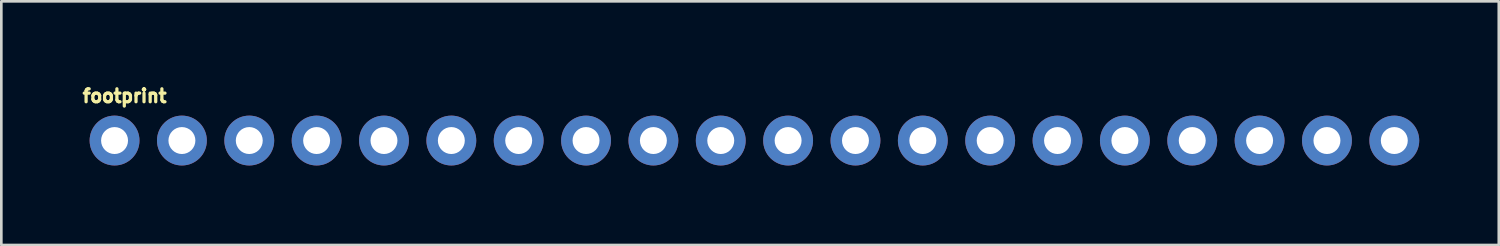
<source format=kicad_pcb>
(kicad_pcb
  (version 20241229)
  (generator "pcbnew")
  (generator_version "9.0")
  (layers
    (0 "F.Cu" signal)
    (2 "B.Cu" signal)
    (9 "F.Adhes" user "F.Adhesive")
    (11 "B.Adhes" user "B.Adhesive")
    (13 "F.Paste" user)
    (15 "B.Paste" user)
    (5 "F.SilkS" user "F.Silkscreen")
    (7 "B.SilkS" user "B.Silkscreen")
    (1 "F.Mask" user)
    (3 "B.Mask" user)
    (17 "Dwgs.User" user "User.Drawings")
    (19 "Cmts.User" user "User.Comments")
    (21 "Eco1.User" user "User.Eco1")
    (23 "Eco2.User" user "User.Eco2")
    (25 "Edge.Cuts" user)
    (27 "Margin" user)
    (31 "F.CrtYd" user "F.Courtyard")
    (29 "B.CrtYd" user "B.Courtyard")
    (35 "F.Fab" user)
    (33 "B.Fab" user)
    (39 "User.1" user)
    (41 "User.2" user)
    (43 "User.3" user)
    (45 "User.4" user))
  (footprint "footprint"
    (layer "F.Cu")
    (at 1.27 2.25)
    (property "Reference" "footprint" (at -1.27 -1.397 0) (layer "F.SilkS") (effects (font (size 0.488 0.488) (thickness 0.122)) (justify left bottom)))
    (fp_circle (center 0 0) (end 0.254 0) (stroke (width 0.508) (type solid)) (fill yes) (layer "F.Mask"))
    (fp_circle (center 2.54 0) (end 2.794 0) (stroke (width 0.508) (type solid)) (fill yes) (layer "F.Mask"))
    (fp_circle (center 5.08 0) (end 5.334 0) (stroke (width 0.508) (type solid)) (fill yes) (layer "F.Mask"))
    (fp_circle (center 7.62 0) (end 7.874 0) (stroke (width 0.508) (type solid)) (fill yes) (layer "F.Mask"))
    (fp_circle (center 10.16 0) (end 10.414 0) (stroke (width 0.508) (type solid)) (fill yes) (layer "F.Mask"))
    (fp_circle (center 12.7 0) (end 12.954 0) (stroke (width 0.508) (type solid)) (fill yes) (layer "F.Mask"))
    (fp_circle (center 15.24 0) (end 15.494 0) (stroke (width 0.508) (type solid)) (fill yes) (layer "F.Mask"))
    (fp_circle (center 17.78 0) (end 18.034 0) (stroke (width 0.508) (type solid)) (fill yes) (layer "F.Mask"))
    (fp_circle (center 20.32 0) (end 20.574 0) (stroke (width 0.508) (type solid)) (fill yes) (layer "F.Mask"))
    (fp_circle (center 22.86 0) (end 23.114 0) (stroke (width 0.508) (type solid)) (fill yes) (layer "F.Mask"))
    (fp_circle (center 25.4 0) (end 25.654 0) (stroke (width 0.508) (type solid)) (fill yes) (layer "F.Mask"))
    (fp_circle (center 27.94 0) (end 28.194 0) (stroke (width 0.508) (type solid)) (fill yes) (layer "F.Mask"))
    (fp_circle (center 30.48 0) (end 30.734 0) (stroke (width 0.508) (type solid)) (fill yes) (layer "F.Mask"))
    (fp_circle (center 33.02 0) (end 33.274 0) (stroke (width 0.508) (type solid)) (fill yes) (layer "F.Mask"))
    (fp_circle (center 35.56 0) (end 35.814 0) (stroke (width 0.508) (type solid)) (fill yes) (layer "F.Mask"))
    (fp_circle (center 38.1 0) (end 38.354 0) (stroke (width 0.508) (type solid)) (fill yes) (layer "F.Mask"))
    (fp_circle (center 40.64 0) (end 40.894 0) (stroke (width 0.508) (type solid)) (fill yes) (layer "F.Mask"))
    (fp_circle (center 43.18 0) (end 43.434 0) (stroke (width 0.508) (type solid)) (fill yes) (layer "F.Mask"))
    (fp_circle (center 45.72 0) (end 45.974 0) (stroke (width 0.508) (type solid)) (fill yes) (layer "F.Mask"))
    (fp_circle (center 48.26 0) (end 48.514 0) (stroke (width 0.508) (type solid)) (fill yes) (layer "F.Mask"))
    (fp_circle (center 0 0) (end 0.47 0) (stroke (width 0.94) (type solid)) (fill yes) (layer "B.Mask"))
    (fp_circle (center 2.54 0) (end 3.01 0) (stroke (width 0.94) (type solid)) (fill yes) (layer "B.Mask"))
    (fp_circle (center 5.08 0) (end 5.55 0) (stroke (width 0.94) (type solid)) (fill yes) (layer "B.Mask"))
    (fp_circle (center 7.62 0) (end 8.09 0) (stroke (width 0.94) (type solid)) (fill yes) (layer "B.Mask"))
    (fp_circle (center 10.16 0) (end 10.63 0) (stroke (width 0.94) (type solid)) (fill yes) (layer "B.Mask"))
    (fp_circle (center 12.7 0) (end 13.17 0) (stroke (width 0.94) (type solid)) (fill yes) (layer "B.Mask"))
    (fp_circle (center 15.24 0) (end 15.71 0) (stroke (width 0.94) (type solid)) (fill yes) (layer "B.Mask"))
    (fp_circle (center 17.78 0) (end 18.25 0) (stroke (width 0.94) (type solid)) (fill yes) (layer "B.Mask"))
    (fp_circle (center 20.32 0) (end 20.79 0) (stroke (width 0.94) (type solid)) (fill yes) (layer "B.Mask"))
    (fp_circle (center 22.86 0) (end 23.33 0) (stroke (width 0.94) (type solid)) (fill yes) (layer "B.Mask"))
    (fp_circle (center 25.4 0) (end 25.87 0) (stroke (width 0.94) (type solid)) (fill yes) (layer "B.Mask"))
    (fp_circle (center 27.94 0) (end 28.41 0) (stroke (width 0.94) (type solid)) (fill yes) (layer "B.Mask"))
    (fp_circle (center 30.48 0) (end 30.95 0) (stroke (width 0.94) (type solid)) (fill yes) (layer "B.Mask"))
    (fp_circle (center 33.02 0) (end 33.49 0) (stroke (width 0.94) (type solid)) (fill yes) (layer "B.Mask"))
    (fp_circle (center 35.56 0) (end 36.03 0) (stroke (width 0.94) (type solid)) (fill yes) (layer "B.Mask"))
    (fp_circle (center 38.1 0) (end 38.57 0) (stroke (width 0.94) (type solid)) (fill yes) (layer "B.Mask"))
    (fp_circle (center 40.64 0) (end 41.11 0) (stroke (width 0.94) (type solid)) (fill yes) (layer "B.Mask"))
    (fp_circle (center 43.18 0) (end 43.65 0) (stroke (width 0.94) (type solid)) (fill yes) (layer "B.Mask"))
    (fp_circle (center 45.72 0) (end 46.19 0) (stroke (width 0.94) (type solid)) (fill yes) (layer "B.Mask"))
    (fp_circle (center 48.26 0) (end 48.73 0) (stroke (width 0.94) (type solid)) (fill yes) (layer "B.Mask"))
    (pad "1" thru_hole circle (at 0 0 90) (size 1.88 1.88) (drill 1.016) (layers "*.Cu"))
    (pad "2" thru_hole circle (at 2.54 0 90) (size 1.88 1.88) (drill 1.016) (layers "*.Cu"))
    (pad "3" thru_hole circle (at 5.08 0 90) (size 1.88 1.88) (drill 1.016) (layers "*.Cu"))
    (pad "4" thru_hole circle (at 7.62 0 90) (size 1.88 1.88) (drill 1.016) (layers "*.Cu"))
    (pad "5" thru_hole circle (at 10.16 0 90) (size 1.88 1.88) (drill 1.016) (layers "*.Cu"))
    (pad "6" thru_hole circle (at 12.7 0 90) (size 1.88 1.88) (drill 1.016) (layers "*.Cu"))
    (pad "7" thru_hole circle (at 15.24 0 90) (size 1.88 1.88) (drill 1.016) (layers "*.Cu"))
    (pad "8" thru_hole circle (at 17.78 0 90) (size 1.88 1.88) (drill 1.016) (layers "*.Cu"))
    (pad "9" thru_hole circle (at 20.32 0 90) (size 1.88 1.88) (drill 1.016) (layers "*.Cu"))
    (pad "10" thru_hole circle (at 22.86 0 90) (size 1.88 1.88) (drill 1.016) (layers "*.Cu"))
    (pad "11" thru_hole circle (at 25.4 0 90) (size 1.88 1.88) (drill 1.016) (layers "*.Cu"))
    (pad "12" thru_hole circle (at 27.94 0 90) (size 1.88 1.88) (drill 1.016) (layers "*.Cu"))
    (pad "13" thru_hole circle (at 30.48 0 90) (size 1.88 1.88) (drill 1.016) (layers "*.Cu"))
    (pad "14" thru_hole circle (at 33.02 0 90) (size 1.88 1.88) (drill 1.016) (layers "*.Cu"))
    (pad "15" thru_hole circle (at 35.56 0 90) (size 1.88 1.88) (drill 1.016) (layers "*.Cu"))
    (pad "16" thru_hole circle (at 38.1 0 90) (size 1.88 1.88) (drill 1.016) (layers "*.Cu"))
    (pad "17" thru_hole circle (at 40.64 0 90) (size 1.88 1.88) (drill 1.016) (layers "*.Cu"))
    (pad "18" thru_hole circle (at 43.18 0 90) (size 1.88 1.88) (drill 1.016) (layers "*.Cu"))
    (pad "19" thru_hole circle (at 45.72 0 90) (size 1.88 1.88) (drill 1.016) (layers "*.Cu"))
    (pad "20" thru_hole circle (at 48.26 0 90) (size 1.88 1.88) (drill 1.016) (layers "*.Cu")))
  (gr_rect
    (start -3 -3)
    (end 53.47 6.19)
    (stroke (width 0.1) (type default))
    (fill no)
    (layer "Edge.Cuts")))
</source>
